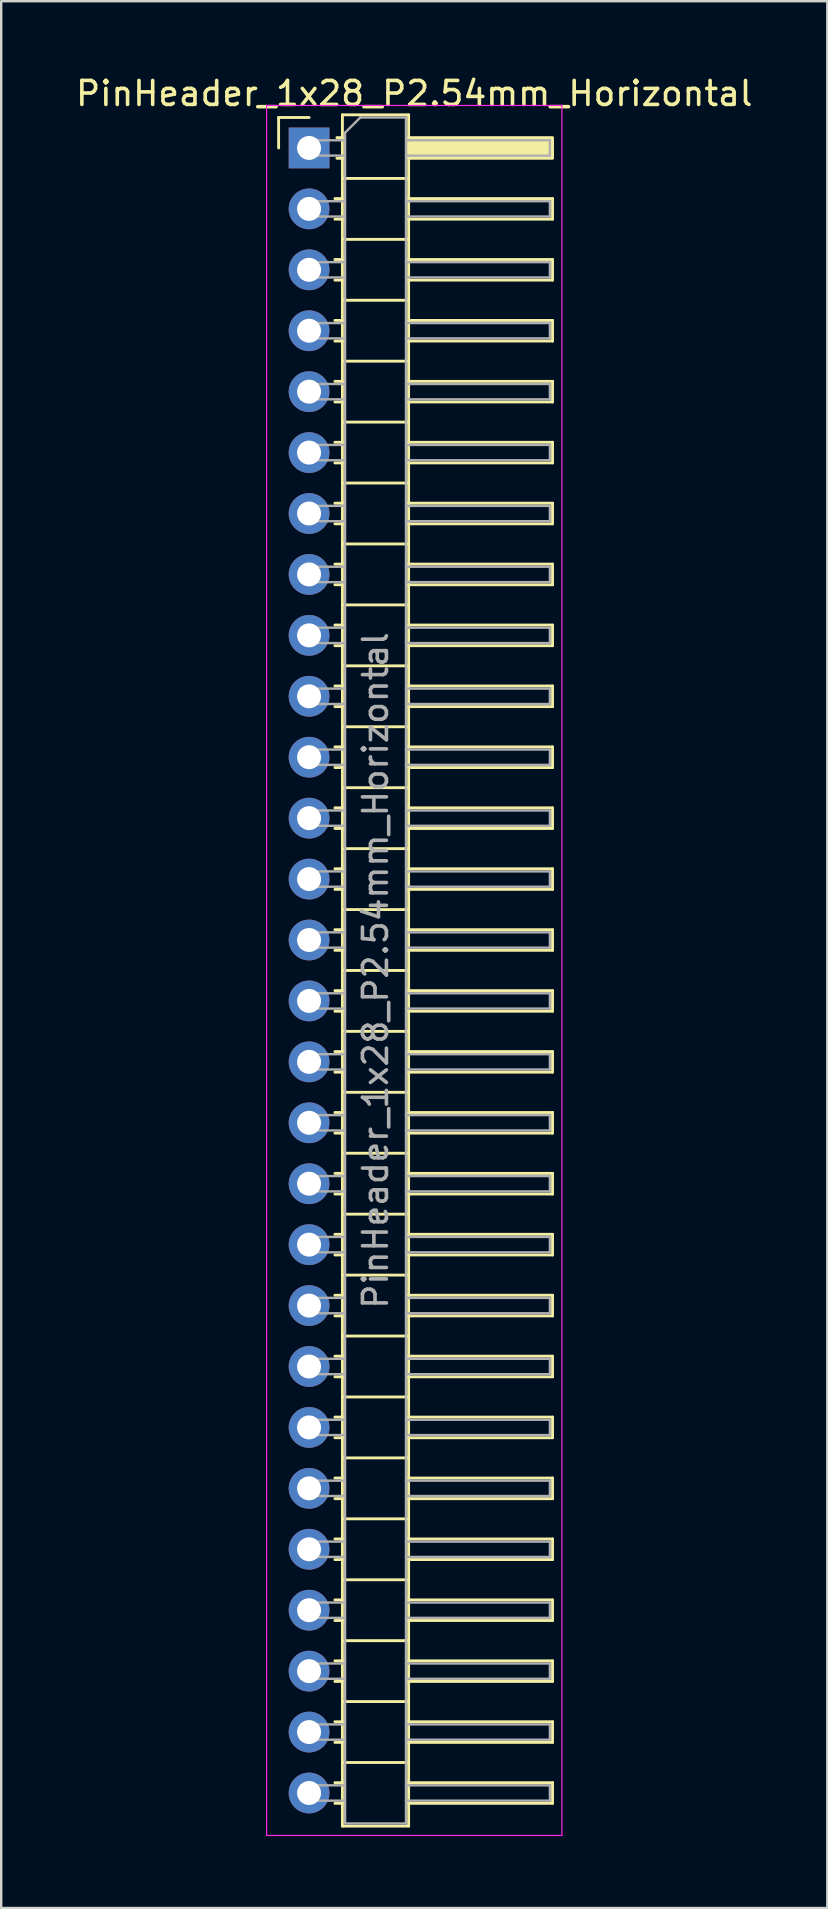
<source format=kicad_pcb>
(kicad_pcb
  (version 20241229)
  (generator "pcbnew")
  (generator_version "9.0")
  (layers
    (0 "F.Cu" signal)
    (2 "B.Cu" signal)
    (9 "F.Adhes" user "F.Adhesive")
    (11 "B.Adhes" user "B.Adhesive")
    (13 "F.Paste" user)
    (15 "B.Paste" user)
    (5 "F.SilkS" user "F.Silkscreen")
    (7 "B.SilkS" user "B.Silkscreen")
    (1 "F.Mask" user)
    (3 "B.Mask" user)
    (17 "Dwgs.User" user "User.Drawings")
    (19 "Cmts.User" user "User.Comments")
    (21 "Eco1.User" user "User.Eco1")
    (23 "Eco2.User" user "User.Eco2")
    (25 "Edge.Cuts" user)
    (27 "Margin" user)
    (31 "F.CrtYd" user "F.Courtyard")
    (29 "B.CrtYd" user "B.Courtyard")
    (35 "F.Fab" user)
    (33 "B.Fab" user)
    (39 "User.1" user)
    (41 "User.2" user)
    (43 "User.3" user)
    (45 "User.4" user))
  (footprint "PinHeader_1x28_P2.54mm_Horizontal"
    (layer "F.Cu")
    (at 9.835 3.118)
    (property "Reference" "PinHeader_1x28_P2.54mm_Horizontal" (at 4.385 -2.27 0) (layer "F.SilkS") (effects (font (size 1 1) (thickness 0.15))))
    (attr through_hole)
    (fp_line (start -1.27 -1.27) (end 0 -1.27) (stroke (width 0.12) (type solid)) (layer "F.SilkS"))
    (fp_line (start -1.27 0) (end -1.27 -1.27) (stroke (width 0.12) (type solid)) (layer "F.SilkS"))
    (fp_line (start 1.077 2.11) (end 1.39 2.11) (stroke (width 0.12) (type solid)) (layer "F.SilkS"))
    (fp_line (start 1.077 2.97) (end 1.39 2.97) (stroke (width 0.12) (type solid)) (layer "F.SilkS"))
    (fp_line (start 1.077 4.65) (end 1.39 4.65) (stroke (width 0.12) (type solid)) (layer "F.SilkS"))
    (fp_line (start 1.077 5.51) (end 1.39 5.51) (stroke (width 0.12) (type solid)) (layer "F.SilkS"))
    (fp_line (start 1.077 7.19) (end 1.39 7.19) (stroke (width 0.12) (type solid)) (layer "F.SilkS"))
    (fp_line (start 1.077 8.05) (end 1.39 8.05) (stroke (width 0.12) (type solid)) (layer "F.SilkS"))
    (fp_line (start 1.077 9.73) (end 1.39 9.73) (stroke (width 0.12) (type solid)) (layer "F.SilkS"))
    (fp_line (start 1.077 10.59) (end 1.39 10.59) (stroke (width 0.12) (type solid)) (layer "F.SilkS"))
    (fp_line (start 1.077 12.27) (end 1.39 12.27) (stroke (width 0.12) (type solid)) (layer "F.SilkS"))
    (fp_line (start 1.077 13.13) (end 1.39 13.13) (stroke (width 0.12) (type solid)) (layer "F.SilkS"))
    (fp_line (start 1.077 14.81) (end 1.39 14.81) (stroke (width 0.12) (type solid)) (layer "F.SilkS"))
    (fp_line (start 1.077 15.67) (end 1.39 15.67) (stroke (width 0.12) (type solid)) (layer "F.SilkS"))
    (fp_line (start 1.077 17.35) (end 1.39 17.35) (stroke (width 0.12) (type solid)) (layer "F.SilkS"))
    (fp_line (start 1.077 18.21) (end 1.39 18.21) (stroke (width 0.12) (type solid)) (layer "F.SilkS"))
    (fp_line (start 1.077 19.89) (end 1.39 19.89) (stroke (width 0.12) (type solid)) (layer "F.SilkS"))
    (fp_line (start 1.077 20.75) (end 1.39 20.75) (stroke (width 0.12) (type solid)) (layer "F.SilkS"))
    (fp_line (start 1.077 22.43) (end 1.39 22.43) (stroke (width 0.12) (type solid)) (layer "F.SilkS"))
    (fp_line (start 1.077 23.29) (end 1.39 23.29) (stroke (width 0.12) (type solid)) (layer "F.SilkS"))
    (fp_line (start 1.077 24.97) (end 1.39 24.97) (stroke (width 0.12) (type solid)) (layer "F.SilkS"))
    (fp_line (start 1.077 25.83) (end 1.39 25.83) (stroke (width 0.12) (type solid)) (layer "F.SilkS"))
    (fp_line (start 1.077 27.51) (end 1.39 27.51) (stroke (width 0.12) (type solid)) (layer "F.SilkS"))
    (fp_line (start 1.077 28.37) (end 1.39 28.37) (stroke (width 0.12) (type solid)) (layer "F.SilkS"))
    (fp_line (start 1.077 30.05) (end 1.39 30.05) (stroke (width 0.12) (type solid)) (layer "F.SilkS"))
    (fp_line (start 1.077 30.91) (end 1.39 30.91) (stroke (width 0.12) (type solid)) (layer "F.SilkS"))
    (fp_line (start 1.077 32.59) (end 1.39 32.59) (stroke (width 0.12) (type solid)) (layer "F.SilkS"))
    (fp_line (start 1.077 33.45) (end 1.39 33.45) (stroke (width 0.12) (type solid)) (layer "F.SilkS"))
    (fp_line (start 1.077 35.13) (end 1.39 35.13) (stroke (width 0.12) (type solid)) (layer "F.SilkS"))
    (fp_line (start 1.077 35.99) (end 1.39 35.99) (stroke (width 0.12) (type solid)) (layer "F.SilkS"))
    (fp_line (start 1.077 37.67) (end 1.39 37.67) (stroke (width 0.12) (type solid)) (layer "F.SilkS"))
    (fp_line (start 1.077 38.53) (end 1.39 38.53) (stroke (width 0.12) (type solid)) (layer "F.SilkS"))
    (fp_line (start 1.077 40.21) (end 1.39 40.21) (stroke (width 0.12) (type solid)) (layer "F.SilkS"))
    (fp_line (start 1.077 41.07) (end 1.39 41.07) (stroke (width 0.12) (type solid)) (layer "F.SilkS"))
    (fp_line (start 1.077 42.75) (end 1.39 42.75) (stroke (width 0.12) (type solid)) (layer "F.SilkS"))
    (fp_line (start 1.077 43.61) (end 1.39 43.61) (stroke (width 0.12) (type solid)) (layer "F.SilkS"))
    (fp_line (start 1.077 45.29) (end 1.39 45.29) (stroke (width 0.12) (type solid)) (layer "F.SilkS"))
    (fp_line (start 1.077 46.15) (end 1.39 46.15) (stroke (width 0.12) (type solid)) (layer "F.SilkS"))
    (fp_line (start 1.077 47.83) (end 1.39 47.83) (stroke (width 0.12) (type solid)) (layer "F.SilkS"))
    (fp_line (start 1.077 48.69) (end 1.39 48.69) (stroke (width 0.12) (type solid)) (layer "F.SilkS"))
    (fp_line (start 1.077 50.37) (end 1.39 50.37) (stroke (width 0.12) (type solid)) (layer "F.SilkS"))
    (fp_line (start 1.077 51.23) (end 1.39 51.23) (stroke (width 0.12) (type solid)) (layer "F.SilkS"))
    (fp_line (start 1.077 52.91) (end 1.39 52.91) (stroke (width 0.12) (type solid)) (layer "F.SilkS"))
    (fp_line (start 1.077 53.77) (end 1.39 53.77) (stroke (width 0.12) (type solid)) (layer "F.SilkS"))
    (fp_line (start 1.077 55.45) (end 1.39 55.45) (stroke (width 0.12) (type solid)) (layer "F.SilkS"))
    (fp_line (start 1.077 56.31) (end 1.39 56.31) (stroke (width 0.12) (type solid)) (layer "F.SilkS"))
    (fp_line (start 1.077 57.99) (end 1.39 57.99) (stroke (width 0.12) (type solid)) (layer "F.SilkS"))
    (fp_line (start 1.077 58.85) (end 1.39 58.85) (stroke (width 0.12) (type solid)) (layer "F.SilkS"))
    (fp_line (start 1.077 60.53) (end 1.39 60.53) (stroke (width 0.12) (type solid)) (layer "F.SilkS"))
    (fp_line (start 1.077 61.39) (end 1.39 61.39) (stroke (width 0.12) (type solid)) (layer "F.SilkS"))
    (fp_line (start 1.077 63.07) (end 1.39 63.07) (stroke (width 0.12) (type solid)) (layer "F.SilkS"))
    (fp_line (start 1.077 63.93) (end 1.39 63.93) (stroke (width 0.12) (type solid)) (layer "F.SilkS"))
    (fp_line (start 1.077 65.61) (end 1.39 65.61) (stroke (width 0.12) (type solid)) (layer "F.SilkS"))
    (fp_line (start 1.077 66.47) (end 1.39 66.47) (stroke (width 0.12) (type solid)) (layer "F.SilkS"))
    (fp_line (start 1.077 68.15) (end 1.39 68.15) (stroke (width 0.12) (type solid)) (layer "F.SilkS"))
    (fp_line (start 1.077 69.01) (end 1.39 69.01) (stroke (width 0.12) (type solid)) (layer "F.SilkS"))
    (fp_line (start 1.16 -0.43) (end 1.39 -0.43) (stroke (width 0.12) (type solid)) (layer "F.SilkS"))
    (fp_line (start 1.16 0.43) (end 1.39 0.43) (stroke (width 0.12) (type solid)) (layer "F.SilkS"))
    (fp_line (start 1.39 -1.38) (end 1.39 69.96) (stroke (width 0.12) (type solid)) (layer "F.SilkS"))
    (fp_line (start 1.39 1.27) (end 4.15 1.27) (stroke (width 0.12) (type solid)) (layer "F.SilkS"))
    (fp_line (start 1.39 3.81) (end 4.15 3.81) (stroke (width 0.12) (type solid)) (layer "F.SilkS"))
    (fp_line (start 1.39 6.35) (end 4.15 6.35) (stroke (width 0.12) (type solid)) (layer "F.SilkS"))
    (fp_line (start 1.39 8.89) (end 4.15 8.89) (stroke (width 0.12) (type solid)) (layer "F.SilkS"))
    (fp_line (start 1.39 11.43) (end 4.15 11.43) (stroke (width 0.12) (type solid)) (layer "F.SilkS"))
    (fp_line (start 1.39 13.97) (end 4.15 13.97) (stroke (width 0.12) (type solid)) (layer "F.SilkS"))
    (fp_line (start 1.39 16.51) (end 4.15 16.51) (stroke (width 0.12) (type solid)) (layer "F.SilkS"))
    (fp_line (start 1.39 19.05) (end 4.15 19.05) (stroke (width 0.12) (type solid)) (layer "F.SilkS"))
    (fp_line (start 1.39 21.59) (end 4.15 21.59) (stroke (width 0.12) (type solid)) (layer "F.SilkS"))
    (fp_line (start 1.39 24.13) (end 4.15 24.13) (stroke (width 0.12) (type solid)) (layer "F.SilkS"))
    (fp_line (start 1.39 26.67) (end 4.15 26.67) (stroke (width 0.12) (type solid)) (layer "F.SilkS"))
    (fp_line (start 1.39 29.21) (end 4.15 29.21) (stroke (width 0.12) (type solid)) (layer "F.SilkS"))
    (fp_line (start 1.39 31.75) (end 4.15 31.75) (stroke (width 0.12) (type solid)) (layer "F.SilkS"))
    (fp_line (start 1.39 34.29) (end 4.15 34.29) (stroke (width 0.12) (type solid)) (layer "F.SilkS"))
    (fp_line (start 1.39 36.83) (end 4.15 36.83) (stroke (width 0.12) (type solid)) (layer "F.SilkS"))
    (fp_line (start 1.39 39.37) (end 4.15 39.37) (stroke (width 0.12) (type solid)) (layer "F.SilkS"))
    (fp_line (start 1.39 41.91) (end 4.15 41.91) (stroke (width 0.12) (type solid)) (layer "F.SilkS"))
    (fp_line (start 1.39 44.45) (end 4.15 44.45) (stroke (width 0.12) (type solid)) (layer "F.SilkS"))
    (fp_line (start 1.39 46.99) (end 4.15 46.99) (stroke (width 0.12) (type solid)) (layer "F.SilkS"))
    (fp_line (start 1.39 49.53) (end 4.15 49.53) (stroke (width 0.12) (type solid)) (layer "F.SilkS"))
    (fp_line (start 1.39 52.07) (end 4.15 52.07) (stroke (width 0.12) (type solid)) (layer "F.SilkS"))
    (fp_line (start 1.39 54.61) (end 4.15 54.61) (stroke (width 0.12) (type solid)) (layer "F.SilkS"))
    (fp_line (start 1.39 57.15) (end 4.15 57.15) (stroke (width 0.12) (type solid)) (layer "F.SilkS"))
    (fp_line (start 1.39 59.69) (end 4.15 59.69) (stroke (width 0.12) (type solid)) (layer "F.SilkS"))
    (fp_line (start 1.39 62.23) (end 4.15 62.23) (stroke (width 0.12) (type solid)) (layer "F.SilkS"))
    (fp_line (start 1.39 64.77) (end 4.15 64.77) (stroke (width 0.12) (type solid)) (layer "F.SilkS"))
    (fp_line (start 1.39 67.31) (end 4.15 67.31) (stroke (width 0.12) (type solid)) (layer "F.SilkS"))
    (fp_line (start 1.39 69.96) (end 4.15 69.96) (stroke (width 0.12) (type solid)) (layer "F.SilkS"))
    (fp_line (start 4.15 -1.38) (end 1.39 -1.38) (stroke (width 0.12) (type solid)) (layer "F.SilkS"))
    (fp_line (start 4.15 2.11) (end 10.15 2.11) (stroke (width 0.12) (type solid)) (layer "F.SilkS"))
    (fp_line (start 4.15 4.65) (end 10.15 4.65) (stroke (width 0.12) (type solid)) (layer "F.SilkS"))
    (fp_line (start 4.15 7.19) (end 10.15 7.19) (stroke (width 0.12) (type solid)) (layer "F.SilkS"))
    (fp_line (start 4.15 9.73) (end 10.15 9.73) (stroke (width 0.12) (type solid)) (layer "F.SilkS"))
    (fp_line (start 4.15 12.27) (end 10.15 12.27) (stroke (width 0.12) (type solid)) (layer "F.SilkS"))
    (fp_line (start 4.15 14.81) (end 10.15 14.81) (stroke (width 0.12) (type solid)) (layer "F.SilkS"))
    (fp_line (start 4.15 17.35) (end 10.15 17.35) (stroke (width 0.12) (type solid)) (layer "F.SilkS"))
    (fp_line (start 4.15 19.89) (end 10.15 19.89) (stroke (width 0.12) (type solid)) (layer "F.SilkS"))
    (fp_line (start 4.15 22.43) (end 10.15 22.43) (stroke (width 0.12) (type solid)) (layer "F.SilkS"))
    (fp_line (start 4.15 24.97) (end 10.15 24.97) (stroke (width 0.12) (type solid)) (layer "F.SilkS"))
    (fp_line (start 4.15 27.51) (end 10.15 27.51) (stroke (width 0.12) (type solid)) (layer "F.SilkS"))
    (fp_line (start 4.15 30.05) (end 10.15 30.05) (stroke (width 0.12) (type solid)) (layer "F.SilkS"))
    (fp_line (start 4.15 32.59) (end 10.15 32.59) (stroke (width 0.12) (type solid)) (layer "F.SilkS"))
    (fp_line (start 4.15 35.13) (end 10.15 35.13) (stroke (width 0.12) (type solid)) (layer "F.SilkS"))
    (fp_line (start 4.15 37.67) (end 10.15 37.67) (stroke (width 0.12) (type solid)) (layer "F.SilkS"))
    (fp_line (start 4.15 40.21) (end 10.15 40.21) (stroke (width 0.12) (type solid)) (layer "F.SilkS"))
    (fp_line (start 4.15 42.75) (end 10.15 42.75) (stroke (width 0.12) (type solid)) (layer "F.SilkS"))
    (fp_line (start 4.15 45.29) (end 10.15 45.29) (stroke (width 0.12) (type solid)) (layer "F.SilkS"))
    (fp_line (start 4.15 47.83) (end 10.15 47.83) (stroke (width 0.12) (type solid)) (layer "F.SilkS"))
    (fp_line (start 4.15 50.37) (end 10.15 50.37) (stroke (width 0.12) (type solid)) (layer "F.SilkS"))
    (fp_line (start 4.15 52.91) (end 10.15 52.91) (stroke (width 0.12) (type solid)) (layer "F.SilkS"))
    (fp_line (start 4.15 55.45) (end 10.15 55.45) (stroke (width 0.12) (type solid)) (layer "F.SilkS"))
    (fp_line (start 4.15 57.99) (end 10.15 57.99) (stroke (width 0.12) (type solid)) (layer "F.SilkS"))
    (fp_line (start 4.15 60.53) (end 10.15 60.53) (stroke (width 0.12) (type solid)) (layer "F.SilkS"))
    (fp_line (start 4.15 63.07) (end 10.15 63.07) (stroke (width 0.12) (type solid)) (layer "F.SilkS"))
    (fp_line (start 4.15 65.61) (end 10.15 65.61) (stroke (width 0.12) (type solid)) (layer "F.SilkS"))
    (fp_line (start 4.15 68.15) (end 10.15 68.15) (stroke (width 0.12) (type solid)) (layer "F.SilkS"))
    (fp_line (start 4.15 69.96) (end 4.15 -1.38) (stroke (width 0.12) (type solid)) (layer "F.SilkS"))
    (fp_line (start 10.15 2.11) (end 10.15 2.97) (stroke (width 0.12) (type solid)) (layer "F.SilkS"))
    (fp_line (start 10.15 2.97) (end 4.15 2.97) (stroke (width 0.12) (type solid)) (layer "F.SilkS"))
    (fp_line (start 10.15 4.65) (end 10.15 5.51) (stroke (width 0.12) (type solid)) (layer "F.SilkS"))
    (fp_line (start 10.15 5.51) (end 4.15 5.51) (stroke (width 0.12) (type solid)) (layer "F.SilkS"))
    (fp_line (start 10.15 7.19) (end 10.15 8.05) (stroke (width 0.12) (type solid)) (layer "F.SilkS"))
    (fp_line (start 10.15 8.05) (end 4.15 8.05) (stroke (width 0.12) (type solid)) (layer "F.SilkS"))
    (fp_line (start 10.15 9.73) (end 10.15 10.59) (stroke (width 0.12) (type solid)) (layer "F.SilkS"))
    (fp_line (start 10.15 10.59) (end 4.15 10.59) (stroke (width 0.12) (type solid)) (layer "F.SilkS"))
    (fp_line (start 10.15 12.27) (end 10.15 13.13) (stroke (width 0.12) (type solid)) (layer "F.SilkS"))
    (fp_line (start 10.15 13.13) (end 4.15 13.13) (stroke (width 0.12) (type solid)) (layer "F.SilkS"))
    (fp_line (start 10.15 14.81) (end 10.15 15.67) (stroke (width 0.12) (type solid)) (layer "F.SilkS"))
    (fp_line (start 10.15 15.67) (end 4.15 15.67) (stroke (width 0.12) (type solid)) (layer "F.SilkS"))
    (fp_line (start 10.15 17.35) (end 10.15 18.21) (stroke (width 0.12) (type solid)) (layer "F.SilkS"))
    (fp_line (start 10.15 18.21) (end 4.15 18.21) (stroke (width 0.12) (type solid)) (layer "F.SilkS"))
    (fp_line (start 10.15 19.89) (end 10.15 20.75) (stroke (width 0.12) (type solid)) (layer "F.SilkS"))
    (fp_line (start 10.15 20.75) (end 4.15 20.75) (stroke (width 0.12) (type solid)) (layer "F.SilkS"))
    (fp_line (start 10.15 22.43) (end 10.15 23.29) (stroke (width 0.12) (type solid)) (layer "F.SilkS"))
    (fp_line (start 10.15 23.29) (end 4.15 23.29) (stroke (width 0.12) (type solid)) (layer "F.SilkS"))
    (fp_line (start 10.15 24.97) (end 10.15 25.83) (stroke (width 0.12) (type solid)) (layer "F.SilkS"))
    (fp_line (start 10.15 25.83) (end 4.15 25.83) (stroke (width 0.12) (type solid)) (layer "F.SilkS"))
    (fp_line (start 10.15 27.51) (end 10.15 28.37) (stroke (width 0.12) (type solid)) (layer "F.SilkS"))
    (fp_line (start 10.15 28.37) (end 4.15 28.37) (stroke (width 0.12) (type solid)) (layer "F.SilkS"))
    (fp_line (start 10.15 30.05) (end 10.15 30.91) (stroke (width 0.12) (type solid)) (layer "F.SilkS"))
    (fp_line (start 10.15 30.91) (end 4.15 30.91) (stroke (width 0.12) (type solid)) (layer "F.SilkS"))
    (fp_line (start 10.15 32.59) (end 10.15 33.45) (stroke (width 0.12) (type solid)) (layer "F.SilkS"))
    (fp_line (start 10.15 33.45) (end 4.15 33.45) (stroke (width 0.12) (type solid)) (layer "F.SilkS"))
    (fp_line (start 10.15 35.13) (end 10.15 35.99) (stroke (width 0.12) (type solid)) (layer "F.SilkS"))
    (fp_line (start 10.15 35.99) (end 4.15 35.99) (stroke (width 0.12) (type solid)) (layer "F.SilkS"))
    (fp_line (start 10.15 37.67) (end 10.15 38.53) (stroke (width 0.12) (type solid)) (layer "F.SilkS"))
    (fp_line (start 10.15 38.53) (end 4.15 38.53) (stroke (width 0.12) (type solid)) (layer "F.SilkS"))
    (fp_line (start 10.15 40.21) (end 10.15 41.07) (stroke (width 0.12) (type solid)) (layer "F.SilkS"))
    (fp_line (start 10.15 41.07) (end 4.15 41.07) (stroke (width 0.12) (type solid)) (layer "F.SilkS"))
    (fp_line (start 10.15 42.75) (end 10.15 43.61) (stroke (width 0.12) (type solid)) (layer "F.SilkS"))
    (fp_line (start 10.15 43.61) (end 4.15 43.61) (stroke (width 0.12) (type solid)) (layer "F.SilkS"))
    (fp_line (start 10.15 45.29) (end 10.15 46.15) (stroke (width 0.12) (type solid)) (layer "F.SilkS"))
    (fp_line (start 10.15 46.15) (end 4.15 46.15) (stroke (width 0.12) (type solid)) (layer "F.SilkS"))
    (fp_line (start 10.15 47.83) (end 10.15 48.69) (stroke (width 0.12) (type solid)) (layer "F.SilkS"))
    (fp_line (start 10.15 48.69) (end 4.15 48.69) (stroke (width 0.12) (type solid)) (layer "F.SilkS"))
    (fp_line (start 10.15 50.37) (end 10.15 51.23) (stroke (width 0.12) (type solid)) (layer "F.SilkS"))
    (fp_line (start 10.15 51.23) (end 4.15 51.23) (stroke (width 0.12) (type solid)) (layer "F.SilkS"))
    (fp_line (start 10.15 52.91) (end 10.15 53.77) (stroke (width 0.12) (type solid)) (layer "F.SilkS"))
    (fp_line (start 10.15 53.77) (end 4.15 53.77) (stroke (width 0.12) (type solid)) (layer "F.SilkS"))
    (fp_line (start 10.15 55.45) (end 10.15 56.31) (stroke (width 0.12) (type solid)) (layer "F.SilkS"))
    (fp_line (start 10.15 56.31) (end 4.15 56.31) (stroke (width 0.12) (type solid)) (layer "F.SilkS"))
    (fp_line (start 10.15 57.99) (end 10.15 58.85) (stroke (width 0.12) (type solid)) (layer "F.SilkS"))
    (fp_line (start 10.15 58.85) (end 4.15 58.85) (stroke (width 0.12) (type solid)) (layer "F.SilkS"))
    (fp_line (start 10.15 60.53) (end 10.15 61.39) (stroke (width 0.12) (type solid)) (layer "F.SilkS"))
    (fp_line (start 10.15 61.39) (end 4.15 61.39) (stroke (width 0.12) (type solid)) (layer "F.SilkS"))
    (fp_line (start 10.15 63.07) (end 10.15 63.93) (stroke (width 0.12) (type solid)) (layer "F.SilkS"))
    (fp_line (start 10.15 63.93) (end 4.15 63.93) (stroke (width 0.12) (type solid)) (layer "F.SilkS"))
    (fp_line (start 10.15 65.61) (end 10.15 66.47) (stroke (width 0.12) (type solid)) (layer "F.SilkS"))
    (fp_line (start 10.15 66.47) (end 4.15 66.47) (stroke (width 0.12) (type solid)) (layer "F.SilkS"))
    (fp_line (start 10.15 68.15) (end 10.15 69.01) (stroke (width 0.12) (type solid)) (layer "F.SilkS"))
    (fp_line (start 10.15 69.01) (end 4.15 69.01) (stroke (width 0.12) (type solid)) (layer "F.SilkS"))
    (fp_rect (start 4.15 -0.43) (end 10.15 0.43) (stroke (width 0.12) (type solid)) (fill yes) (layer "F.SilkS"))
    (fp_line (start -1.77 -1.77) (end -1.77 70.35) (stroke (width 0.05) (type solid)) (layer "F.CrtYd"))
    (fp_line (start -1.77 70.35) (end 10.54 70.35) (stroke (width 0.05) (type solid)) (layer "F.CrtYd"))
    (fp_line (start 10.54 -1.77) (end -1.77 -1.77) (stroke (width 0.05) (type solid)) (layer "F.CrtYd"))
    (fp_line (start 10.54 70.35) (end 10.54 -1.77) (stroke (width 0.05) (type solid)) (layer "F.CrtYd"))
    (fp_line (start -0.32 -0.32) (end -0.32 0.32) (stroke (width 0.1) (type solid)) (layer "F.Fab"))
    (fp_line (start -0.32 -0.32) (end 1.5 -0.32) (stroke (width 0.1) (type solid)) (layer "F.Fab"))
    (fp_line (start -0.32 0.32) (end 1.5 0.32) (stroke (width 0.1) (type solid)) (layer "F.Fab"))
    (fp_line (start -0.32 2.22) (end -0.32 2.86) (stroke (width 0.1) (type solid)) (layer "F.Fab"))
    (fp_line (start -0.32 2.22) (end 1.5 2.22) (stroke (width 0.1) (type solid)) (layer "F.Fab"))
    (fp_line (start -0.32 2.86) (end 1.5 2.86) (stroke (width 0.1) (type solid)) (layer "F.Fab"))
    (fp_line (start -0.32 4.76) (end -0.32 5.4) (stroke (width 0.1) (type solid)) (layer "F.Fab"))
    (fp_line (start -0.32 4.76) (end 1.5 4.76) (stroke (width 0.1) (type solid)) (layer "F.Fab"))
    (fp_line (start -0.32 5.4) (end 1.5 5.4) (stroke (width 0.1) (type solid)) (layer "F.Fab"))
    (fp_line (start -0.32 7.3) (end -0.32 7.94) (stroke (width 0.1) (type solid)) (layer "F.Fab"))
    (fp_line (start -0.32 7.3) (end 1.5 7.3) (stroke (width 0.1) (type solid)) (layer "F.Fab"))
    (fp_line (start -0.32 7.94) (end 1.5 7.94) (stroke (width 0.1) (type solid)) (layer "F.Fab"))
    (fp_line (start -0.32 9.84) (end -0.32 10.48) (stroke (width 0.1) (type solid)) (layer "F.Fab"))
    (fp_line (start -0.32 9.84) (end 1.5 9.84) (stroke (width 0.1) (type solid)) (layer "F.Fab"))
    (fp_line (start -0.32 10.48) (end 1.5 10.48) (stroke (width 0.1) (type solid)) (layer "F.Fab"))
    (fp_line (start -0.32 12.38) (end -0.32 13.02) (stroke (width 0.1) (type solid)) (layer "F.Fab"))
    (fp_line (start -0.32 12.38) (end 1.5 12.38) (stroke (width 0.1) (type solid)) (layer "F.Fab"))
    (fp_line (start -0.32 13.02) (end 1.5 13.02) (stroke (width 0.1) (type solid)) (layer "F.Fab"))
    (fp_line (start -0.32 14.92) (end -0.32 15.56) (stroke (width 0.1) (type solid)) (layer "F.Fab"))
    (fp_line (start -0.32 14.92) (end 1.5 14.92) (stroke (width 0.1) (type solid)) (layer "F.Fab"))
    (fp_line (start -0.32 15.56) (end 1.5 15.56) (stroke (width 0.1) (type solid)) (layer "F.Fab"))
    (fp_line (start -0.32 17.46) (end -0.32 18.1) (stroke (width 0.1) (type solid)) (layer "F.Fab"))
    (fp_line (start -0.32 17.46) (end 1.5 17.46) (stroke (width 0.1) (type solid)) (layer "F.Fab"))
    (fp_line (start -0.32 18.1) (end 1.5 18.1) (stroke (width 0.1) (type solid)) (layer "F.Fab"))
    (fp_line (start -0.32 20) (end -0.32 20.64) (stroke (width 0.1) (type solid)) (layer "F.Fab"))
    (fp_line (start -0.32 20) (end 1.5 20) (stroke (width 0.1) (type solid)) (layer "F.Fab"))
    (fp_line (start -0.32 20.64) (end 1.5 20.64) (stroke (width 0.1) (type solid)) (layer "F.Fab"))
    (fp_line (start -0.32 22.54) (end -0.32 23.18) (stroke (width 0.1) (type solid)) (layer "F.Fab"))
    (fp_line (start -0.32 22.54) (end 1.5 22.54) (stroke (width 0.1) (type solid)) (layer "F.Fab"))
    (fp_line (start -0.32 23.18) (end 1.5 23.18) (stroke (width 0.1) (type solid)) (layer "F.Fab"))
    (fp_line (start -0.32 25.08) (end -0.32 25.72) (stroke (width 0.1) (type solid)) (layer "F.Fab"))
    (fp_line (start -0.32 25.08) (end 1.5 25.08) (stroke (width 0.1) (type solid)) (layer "F.Fab"))
    (fp_line (start -0.32 25.72) (end 1.5 25.72) (stroke (width 0.1) (type solid)) (layer "F.Fab"))
    (fp_line (start -0.32 27.62) (end -0.32 28.26) (stroke (width 0.1) (type solid)) (layer "F.Fab"))
    (fp_line (start -0.32 27.62) (end 1.5 27.62) (stroke (width 0.1) (type solid)) (layer "F.Fab"))
    (fp_line (start -0.32 28.26) (end 1.5 28.26) (stroke (width 0.1) (type solid)) (layer "F.Fab"))
    (fp_line (start -0.32 30.16) (end -0.32 30.8) (stroke (width 0.1) (type solid)) (layer "F.Fab"))
    (fp_line (start -0.32 30.16) (end 1.5 30.16) (stroke (width 0.1) (type solid)) (layer "F.Fab"))
    (fp_line (start -0.32 30.8) (end 1.5 30.8) (stroke (width 0.1) (type solid)) (layer "F.Fab"))
    (fp_line (start -0.32 32.7) (end -0.32 33.34) (stroke (width 0.1) (type solid)) (layer "F.Fab"))
    (fp_line (start -0.32 32.7) (end 1.5 32.7) (stroke (width 0.1) (type solid)) (layer "F.Fab"))
    (fp_line (start -0.32 33.34) (end 1.5 33.34) (stroke (width 0.1) (type solid)) (layer "F.Fab"))
    (fp_line (start -0.32 35.24) (end -0.32 35.88) (stroke (width 0.1) (type solid)) (layer "F.Fab"))
    (fp_line (start -0.32 35.24) (end 1.5 35.24) (stroke (width 0.1) (type solid)) (layer "F.Fab"))
    (fp_line (start -0.32 35.88) (end 1.5 35.88) (stroke (width 0.1) (type solid)) (layer "F.Fab"))
    (fp_line (start -0.32 37.78) (end -0.32 38.42) (stroke (width 0.1) (type solid)) (layer "F.Fab"))
    (fp_line (start -0.32 37.78) (end 1.5 37.78) (stroke (width 0.1) (type solid)) (layer "F.Fab"))
    (fp_line (start -0.32 38.42) (end 1.5 38.42) (stroke (width 0.1) (type solid)) (layer "F.Fab"))
    (fp_line (start -0.32 40.32) (end -0.32 40.96) (stroke (width 0.1) (type solid)) (layer "F.Fab"))
    (fp_line (start -0.32 40.32) (end 1.5 40.32) (stroke (width 0.1) (type solid)) (layer "F.Fab"))
    (fp_line (start -0.32 40.96) (end 1.5 40.96) (stroke (width 0.1) (type solid)) (layer "F.Fab"))
    (fp_line (start -0.32 42.86) (end -0.32 43.5) (stroke (width 0.1) (type solid)) (layer "F.Fab"))
    (fp_line (start -0.32 42.86) (end 1.5 42.86) (stroke (width 0.1) (type solid)) (layer "F.Fab"))
    (fp_line (start -0.32 43.5) (end 1.5 43.5) (stroke (width 0.1) (type solid)) (layer "F.Fab"))
    (fp_line (start -0.32 45.4) (end -0.32 46.04) (stroke (width 0.1) (type solid)) (layer "F.Fab"))
    (fp_line (start -0.32 45.4) (end 1.5 45.4) (stroke (width 0.1) (type solid)) (layer "F.Fab"))
    (fp_line (start -0.32 46.04) (end 1.5 46.04) (stroke (width 0.1) (type solid)) (layer "F.Fab"))
    (fp_line (start -0.32 47.94) (end -0.32 48.58) (stroke (width 0.1) (type solid)) (layer "F.Fab"))
    (fp_line (start -0.32 47.94) (end 1.5 47.94) (stroke (width 0.1) (type solid)) (layer "F.Fab"))
    (fp_line (start -0.32 48.58) (end 1.5 48.58) (stroke (width 0.1) (type solid)) (layer "F.Fab"))
    (fp_line (start -0.32 50.48) (end -0.32 51.12) (stroke (width 0.1) (type solid)) (layer "F.Fab"))
    (fp_line (start -0.32 50.48) (end 1.5 50.48) (stroke (width 0.1) (type solid)) (layer "F.Fab"))
    (fp_line (start -0.32 51.12) (end 1.5 51.12) (stroke (width 0.1) (type solid)) (layer "F.Fab"))
    (fp_line (start -0.32 53.02) (end -0.32 53.66) (stroke (width 0.1) (type solid)) (layer "F.Fab"))
    (fp_line (start -0.32 53.02) (end 1.5 53.02) (stroke (width 0.1) (type solid)) (layer "F.Fab"))
    (fp_line (start -0.32 53.66) (end 1.5 53.66) (stroke (width 0.1) (type solid)) (layer "F.Fab"))
    (fp_line (start -0.32 55.56) (end -0.32 56.2) (stroke (width 0.1) (type solid)) (layer "F.Fab"))
    (fp_line (start -0.32 55.56) (end 1.5 55.56) (stroke (width 0.1) (type solid)) (layer "F.Fab"))
    (fp_line (start -0.32 56.2) (end 1.5 56.2) (stroke (width 0.1) (type solid)) (layer "F.Fab"))
    (fp_line (start -0.32 58.1) (end -0.32 58.74) (stroke (width 0.1) (type solid)) (layer "F.Fab"))
    (fp_line (start -0.32 58.1) (end 1.5 58.1) (stroke (width 0.1) (type solid)) (layer "F.Fab"))
    (fp_line (start -0.32 58.74) (end 1.5 58.74) (stroke (width 0.1) (type solid)) (layer "F.Fab"))
    (fp_line (start -0.32 60.64) (end -0.32 61.28) (stroke (width 0.1) (type solid)) (layer "F.Fab"))
    (fp_line (start -0.32 60.64) (end 1.5 60.64) (stroke (width 0.1) (type solid)) (layer "F.Fab"))
    (fp_line (start -0.32 61.28) (end 1.5 61.28) (stroke (width 0.1) (type solid)) (layer "F.Fab"))
    (fp_line (start -0.32 63.18) (end -0.32 63.82) (stroke (width 0.1) (type solid)) (layer "F.Fab"))
    (fp_line (start -0.32 63.18) (end 1.5 63.18) (stroke (width 0.1) (type solid)) (layer "F.Fab"))
    (fp_line (start -0.32 63.82) (end 1.5 63.82) (stroke (width 0.1) (type solid)) (layer "F.Fab"))
    (fp_line (start -0.32 65.72) (end -0.32 66.36) (stroke (width 0.1) (type solid)) (layer "F.Fab"))
    (fp_line (start -0.32 65.72) (end 1.5 65.72) (stroke (width 0.1) (type solid)) (layer "F.Fab"))
    (fp_line (start -0.32 66.36) (end 1.5 66.36) (stroke (width 0.1) (type solid)) (layer "F.Fab"))
    (fp_line (start -0.32 68.26) (end -0.32 68.9) (stroke (width 0.1) (type solid)) (layer "F.Fab"))
    (fp_line (start -0.32 68.26) (end 1.5 68.26) (stroke (width 0.1) (type solid)) (layer "F.Fab"))
    (fp_line (start -0.32 68.9) (end 1.5 68.9) (stroke (width 0.1) (type solid)) (layer "F.Fab"))
    (fp_line (start 1.5 -0.635) (end 2.135 -1.27) (stroke (width 0.1) (type solid)) (layer "F.Fab"))
    (fp_line (start 1.5 69.85) (end 1.5 -0.635) (stroke (width 0.1) (type solid)) (layer "F.Fab"))
    (fp_line (start 2.135 -1.27) (end 4.04 -1.27) (stroke (width 0.1) (type solid)) (layer "F.Fab"))
    (fp_line (start 4.04 -1.27) (end 4.04 69.85) (stroke (width 0.1) (type solid)) (layer "F.Fab"))
    (fp_line (start 4.04 -0.32) (end 10.04 -0.32) (stroke (width 0.1) (type solid)) (layer "F.Fab"))
    (fp_line (start 4.04 0.32) (end 10.04 0.32) (stroke (width 0.1) (type solid)) (layer "F.Fab"))
    (fp_line (start 4.04 2.22) (end 10.04 2.22) (stroke (width 0.1) (type solid)) (layer "F.Fab"))
    (fp_line (start 4.04 2.86) (end 10.04 2.86) (stroke (width 0.1) (type solid)) (layer "F.Fab"))
    (fp_line (start 4.04 4.76) (end 10.04 4.76) (stroke (width 0.1) (type solid)) (layer "F.Fab"))
    (fp_line (start 4.04 5.4) (end 10.04 5.4) (stroke (width 0.1) (type solid)) (layer "F.Fab"))
    (fp_line (start 4.04 7.3) (end 10.04 7.3) (stroke (width 0.1) (type solid)) (layer "F.Fab"))
    (fp_line (start 4.04 7.94) (end 10.04 7.94) (stroke (width 0.1) (type solid)) (layer "F.Fab"))
    (fp_line (start 4.04 9.84) (end 10.04 9.84) (stroke (width 0.1) (type solid)) (layer "F.Fab"))
    (fp_line (start 4.04 10.48) (end 10.04 10.48) (stroke (width 0.1) (type solid)) (layer "F.Fab"))
    (fp_line (start 4.04 12.38) (end 10.04 12.38) (stroke (width 0.1) (type solid)) (layer "F.Fab"))
    (fp_line (start 4.04 13.02) (end 10.04 13.02) (stroke (width 0.1) (type solid)) (layer "F.Fab"))
    (fp_line (start 4.04 14.92) (end 10.04 14.92) (stroke (width 0.1) (type solid)) (layer "F.Fab"))
    (fp_line (start 4.04 15.56) (end 10.04 15.56) (stroke (width 0.1) (type solid)) (layer "F.Fab"))
    (fp_line (start 4.04 17.46) (end 10.04 17.46) (stroke (width 0.1) (type solid)) (layer "F.Fab"))
    (fp_line (start 4.04 18.1) (end 10.04 18.1) (stroke (width 0.1) (type solid)) (layer "F.Fab"))
    (fp_line (start 4.04 20) (end 10.04 20) (stroke (width 0.1) (type solid)) (layer "F.Fab"))
    (fp_line (start 4.04 20.64) (end 10.04 20.64) (stroke (width 0.1) (type solid)) (layer "F.Fab"))
    (fp_line (start 4.04 22.54) (end 10.04 22.54) (stroke (width 0.1) (type solid)) (layer "F.Fab"))
    (fp_line (start 4.04 23.18) (end 10.04 23.18) (stroke (width 0.1) (type solid)) (layer "F.Fab"))
    (fp_line (start 4.04 25.08) (end 10.04 25.08) (stroke (width 0.1) (type solid)) (layer "F.Fab"))
    (fp_line (start 4.04 25.72) (end 10.04 25.72) (stroke (width 0.1) (type solid)) (layer "F.Fab"))
    (fp_line (start 4.04 27.62) (end 10.04 27.62) (stroke (width 0.1) (type solid)) (layer "F.Fab"))
    (fp_line (start 4.04 28.26) (end 10.04 28.26) (stroke (width 0.1) (type solid)) (layer "F.Fab"))
    (fp_line (start 4.04 30.16) (end 10.04 30.16) (stroke (width 0.1) (type solid)) (layer "F.Fab"))
    (fp_line (start 4.04 30.8) (end 10.04 30.8) (stroke (width 0.1) (type solid)) (layer "F.Fab"))
    (fp_line (start 4.04 32.7) (end 10.04 32.7) (stroke (width 0.1) (type solid)) (layer "F.Fab"))
    (fp_line (start 4.04 33.34) (end 10.04 33.34) (stroke (width 0.1) (type solid)) (layer "F.Fab"))
    (fp_line (start 4.04 35.24) (end 10.04 35.24) (stroke (width 0.1) (type solid)) (layer "F.Fab"))
    (fp_line (start 4.04 35.88) (end 10.04 35.88) (stroke (width 0.1) (type solid)) (layer "F.Fab"))
    (fp_line (start 4.04 37.78) (end 10.04 37.78) (stroke (width 0.1) (type solid)) (layer "F.Fab"))
    (fp_line (start 4.04 38.42) (end 10.04 38.42) (stroke (width 0.1) (type solid)) (layer "F.Fab"))
    (fp_line (start 4.04 40.32) (end 10.04 40.32) (stroke (width 0.1) (type solid)) (layer "F.Fab"))
    (fp_line (start 4.04 40.96) (end 10.04 40.96) (stroke (width 0.1) (type solid)) (layer "F.Fab"))
    (fp_line (start 4.04 42.86) (end 10.04 42.86) (stroke (width 0.1) (type solid)) (layer "F.Fab"))
    (fp_line (start 4.04 43.5) (end 10.04 43.5) (stroke (width 0.1) (type solid)) (layer "F.Fab"))
    (fp_line (start 4.04 45.4) (end 10.04 45.4) (stroke (width 0.1) (type solid)) (layer "F.Fab"))
    (fp_line (start 4.04 46.04) (end 10.04 46.04) (stroke (width 0.1) (type solid)) (layer "F.Fab"))
    (fp_line (start 4.04 47.94) (end 10.04 47.94) (stroke (width 0.1) (type solid)) (layer "F.Fab"))
    (fp_line (start 4.04 48.58) (end 10.04 48.58) (stroke (width 0.1) (type solid)) (layer "F.Fab"))
    (fp_line (start 4.04 50.48) (end 10.04 50.48) (stroke (width 0.1) (type solid)) (layer "F.Fab"))
    (fp_line (start 4.04 51.12) (end 10.04 51.12) (stroke (width 0.1) (type solid)) (layer "F.Fab"))
    (fp_line (start 4.04 53.02) (end 10.04 53.02) (stroke (width 0.1) (type solid)) (layer "F.Fab"))
    (fp_line (start 4.04 53.66) (end 10.04 53.66) (stroke (width 0.1) (type solid)) (layer "F.Fab"))
    (fp_line (start 4.04 55.56) (end 10.04 55.56) (stroke (width 0.1) (type solid)) (layer "F.Fab"))
    (fp_line (start 4.04 56.2) (end 10.04 56.2) (stroke (width 0.1) (type solid)) (layer "F.Fab"))
    (fp_line (start 4.04 58.1) (end 10.04 58.1) (stroke (width 0.1) (type solid)) (layer "F.Fab"))
    (fp_line (start 4.04 58.74) (end 10.04 58.74) (stroke (width 0.1) (type solid)) (layer "F.Fab"))
    (fp_line (start 4.04 60.64) (end 10.04 60.64) (stroke (width 0.1) (type solid)) (layer "F.Fab"))
    (fp_line (start 4.04 61.28) (end 10.04 61.28) (stroke (width 0.1) (type solid)) (layer "F.Fab"))
    (fp_line (start 4.04 63.18) (end 10.04 63.18) (stroke (width 0.1) (type solid)) (layer "F.Fab"))
    (fp_line (start 4.04 63.82) (end 10.04 63.82) (stroke (width 0.1) (type solid)) (layer "F.Fab"))
    (fp_line (start 4.04 65.72) (end 10.04 65.72) (stroke (width 0.1) (type solid)) (layer "F.Fab"))
    (fp_line (start 4.04 66.36) (end 10.04 66.36) (stroke (width 0.1) (type solid)) (layer "F.Fab"))
    (fp_line (start 4.04 68.26) (end 10.04 68.26) (stroke (width 0.1) (type solid)) (layer "F.Fab"))
    (fp_line (start 4.04 68.9) (end 10.04 68.9) (stroke (width 0.1) (type solid)) (layer "F.Fab"))
    (fp_line (start 4.04 69.85) (end 1.5 69.85) (stroke (width 0.1) (type solid)) (layer "F.Fab"))
    (fp_line (start 10.04 -0.32) (end 10.04 0.32) (stroke (width 0.1) (type solid)) (layer "F.Fab"))
    (fp_line (start 10.04 2.22) (end 10.04 2.86) (stroke (width 0.1) (type solid)) (layer "F.Fab"))
    (fp_line (start 10.04 4.76) (end 10.04 5.4) (stroke (width 0.1) (type solid)) (layer "F.Fab"))
    (fp_line (start 10.04 7.3) (end 10.04 7.94) (stroke (width 0.1) (type solid)) (layer "F.Fab"))
    (fp_line (start 10.04 9.84) (end 10.04 10.48) (stroke (width 0.1) (type solid)) (layer "F.Fab"))
    (fp_line (start 10.04 12.38) (end 10.04 13.02) (stroke (width 0.1) (type solid)) (layer "F.Fab"))
    (fp_line (start 10.04 14.92) (end 10.04 15.56) (stroke (width 0.1) (type solid)) (layer "F.Fab"))
    (fp_line (start 10.04 17.46) (end 10.04 18.1) (stroke (width 0.1) (type solid)) (layer "F.Fab"))
    (fp_line (start 10.04 20) (end 10.04 20.64) (stroke (width 0.1) (type solid)) (layer "F.Fab"))
    (fp_line (start 10.04 22.54) (end 10.04 23.18) (stroke (width 0.1) (type solid)) (layer "F.Fab"))
    (fp_line (start 10.04 25.08) (end 10.04 25.72) (stroke (width 0.1) (type solid)) (layer "F.Fab"))
    (fp_line (start 10.04 27.62) (end 10.04 28.26) (stroke (width 0.1) (type solid)) (layer "F.Fab"))
    (fp_line (start 10.04 30.16) (end 10.04 30.8) (stroke (width 0.1) (type solid)) (layer "F.Fab"))
    (fp_line (start 10.04 32.7) (end 10.04 33.34) (stroke (width 0.1) (type solid)) (layer "F.Fab"))
    (fp_line (start 10.04 35.24) (end 10.04 35.88) (stroke (width 0.1) (type solid)) (layer "F.Fab"))
    (fp_line (start 10.04 37.78) (end 10.04 38.42) (stroke (width 0.1) (type solid)) (layer "F.Fab"))
    (fp_line (start 10.04 40.32) (end 10.04 40.96) (stroke (width 0.1) (type solid)) (layer "F.Fab"))
    (fp_line (start 10.04 42.86) (end 10.04 43.5) (stroke (width 0.1) (type solid)) (layer "F.Fab"))
    (fp_line (start 10.04 45.4) (end 10.04 46.04) (stroke (width 0.1) (type solid)) (layer "F.Fab"))
    (fp_line (start 10.04 47.94) (end 10.04 48.58) (stroke (width 0.1) (type solid)) (layer "F.Fab"))
    (fp_line (start 10.04 50.48) (end 10.04 51.12) (stroke (width 0.1) (type solid)) (layer "F.Fab"))
    (fp_line (start 10.04 53.02) (end 10.04 53.66) (stroke (width 0.1) (type solid)) (layer "F.Fab"))
    (fp_line (start 10.04 55.56) (end 10.04 56.2) (stroke (width 0.1) (type solid)) (layer "F.Fab"))
    (fp_line (start 10.04 58.1) (end 10.04 58.74) (stroke (width 0.1) (type solid)) (layer "F.Fab"))
    (fp_line (start 10.04 60.64) (end 10.04 61.28) (stroke (width 0.1) (type solid)) (layer "F.Fab"))
    (fp_line (start 10.04 63.18) (end 10.04 63.82) (stroke (width 0.1) (type solid)) (layer "F.Fab"))
    (fp_line (start 10.04 65.72) (end 10.04 66.36) (stroke (width 0.1) (type solid)) (layer "F.Fab"))
    (fp_line (start 10.04 68.26) (end 10.04 68.9) (stroke (width 0.1) (type solid)) (layer "F.Fab"))
    (fp_text user "${REFERENCE}" (at 2.77 34.29 90) (layer "F.Fab") (effects (font (size 1 1) (thickness 0.15))))
    (pad "1" thru_hole rect (at 0 0) (size 1.7 1.7) (drill 1) (layers "*.Cu" "*.Mask"))
    (pad "2" thru_hole circle (at 0 2.54) (size 1.7 1.7) (drill 1) (layers "*.Cu" "*.Mask"))
    (pad "3" thru_hole circle (at 0 5.08) (size 1.7 1.7) (drill 1) (layers "*.Cu" "*.Mask"))
    (pad "4" thru_hole circle (at 0 7.62) (size 1.7 1.7) (drill 1) (layers "*.Cu" "*.Mask"))
    (pad "5" thru_hole circle (at 0 10.16) (size 1.7 1.7) (drill 1) (layers "*.Cu" "*.Mask"))
    (pad "6" thru_hole circle (at 0 12.7) (size 1.7 1.7) (drill 1) (layers "*.Cu" "*.Mask"))
    (pad "7" thru_hole circle (at 0 15.24) (size 1.7 1.7) (drill 1) (layers "*.Cu" "*.Mask"))
    (pad "8" thru_hole circle (at 0 17.78) (size 1.7 1.7) (drill 1) (layers "*.Cu" "*.Mask"))
    (pad "9" thru_hole circle (at 0 20.32) (size 1.7 1.7) (drill 1) (layers "*.Cu" "*.Mask"))
    (pad "10" thru_hole circle (at 0 22.86) (size 1.7 1.7) (drill 1) (layers "*.Cu" "*.Mask"))
    (pad "11" thru_hole circle (at 0 25.4) (size 1.7 1.7) (drill 1) (layers "*.Cu" "*.Mask"))
    (pad "12" thru_hole circle (at 0 27.94) (size 1.7 1.7) (drill 1) (layers "*.Cu" "*.Mask"))
    (pad "13" thru_hole circle (at 0 30.48) (size 1.7 1.7) (drill 1) (layers "*.Cu" "*.Mask"))
    (pad "14" thru_hole circle (at 0 33.02) (size 1.7 1.7) (drill 1) (layers "*.Cu" "*.Mask"))
    (pad "15" thru_hole circle (at 0 35.56) (size 1.7 1.7) (drill 1) (layers "*.Cu" "*.Mask"))
    (pad "16" thru_hole circle (at 0 38.1) (size 1.7 1.7) (drill 1) (layers "*.Cu" "*.Mask"))
    (pad "17" thru_hole circle (at 0 40.64) (size 1.7 1.7) (drill 1) (layers "*.Cu" "*.Mask"))
    (pad "18" thru_hole circle (at 0 43.18) (size 1.7 1.7) (drill 1) (layers "*.Cu" "*.Mask"))
    (pad "19" thru_hole circle (at 0 45.72) (size 1.7 1.7) (drill 1) (layers "*.Cu" "*.Mask"))
    (pad "20" thru_hole circle (at 0 48.26) (size 1.7 1.7) (drill 1) (layers "*.Cu" "*.Mask"))
    (pad "21" thru_hole circle (at 0 50.8) (size 1.7 1.7) (drill 1) (layers "*.Cu" "*.Mask"))
    (pad "22" thru_hole circle (at 0 53.34) (size 1.7 1.7) (drill 1) (layers "*.Cu" "*.Mask"))
    (pad "23" thru_hole circle (at 0 55.88) (size 1.7 1.7) (drill 1) (layers "*.Cu" "*.Mask"))
    (pad "24" thru_hole circle (at 0 58.42) (size 1.7 1.7) (drill 1) (layers "*.Cu" "*.Mask"))
    (pad "25" thru_hole circle (at 0 60.96) (size 1.7 1.7) (drill 1) (layers "*.Cu" "*.Mask"))
    (pad "26" thru_hole circle (at 0 63.5) (size 1.7 1.7) (drill 1) (layers "*.Cu" "*.Mask"))
    (pad "27" thru_hole circle (at 0 66.04) (size 1.7 1.7) (drill 1) (layers "*.Cu" "*.Mask"))
    (pad "28" thru_hole circle (at 0 68.58) (size 1.7 1.7) (drill 1) (layers "*.Cu" "*.Mask")))
  (gr_rect
    (start -3 -3)
    (end 31.44 76.493)
    (stroke (width 0.1) (type default))
    (fill no)
    (layer "Edge.Cuts")))
</source>
